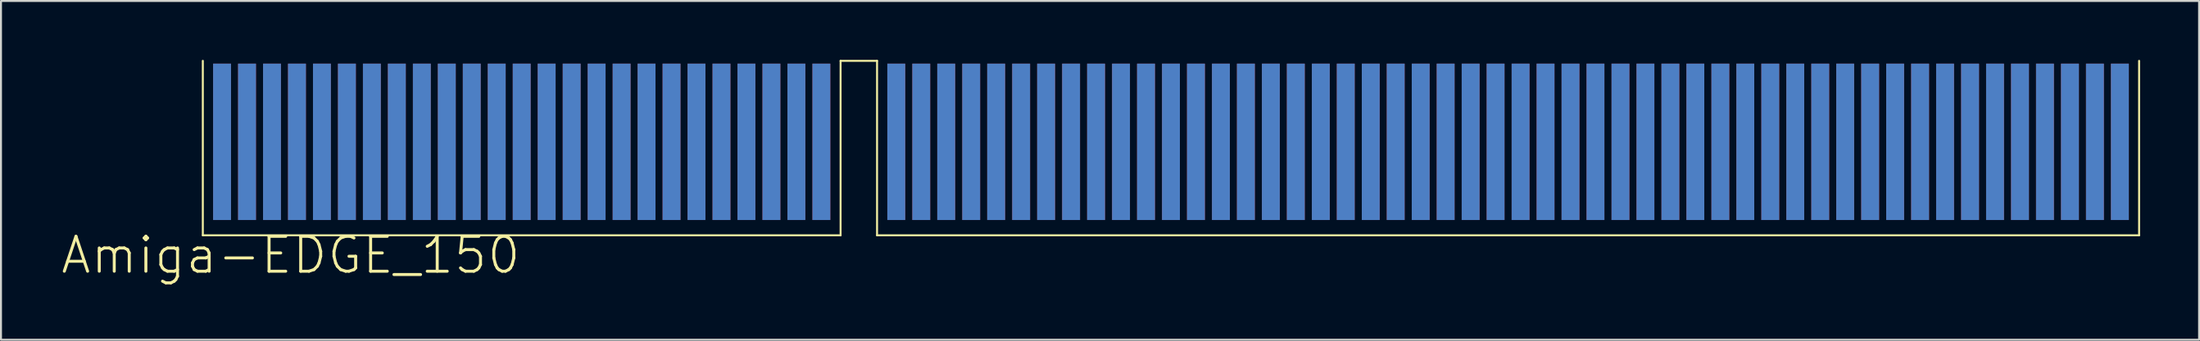
<source format=kicad_pcb>
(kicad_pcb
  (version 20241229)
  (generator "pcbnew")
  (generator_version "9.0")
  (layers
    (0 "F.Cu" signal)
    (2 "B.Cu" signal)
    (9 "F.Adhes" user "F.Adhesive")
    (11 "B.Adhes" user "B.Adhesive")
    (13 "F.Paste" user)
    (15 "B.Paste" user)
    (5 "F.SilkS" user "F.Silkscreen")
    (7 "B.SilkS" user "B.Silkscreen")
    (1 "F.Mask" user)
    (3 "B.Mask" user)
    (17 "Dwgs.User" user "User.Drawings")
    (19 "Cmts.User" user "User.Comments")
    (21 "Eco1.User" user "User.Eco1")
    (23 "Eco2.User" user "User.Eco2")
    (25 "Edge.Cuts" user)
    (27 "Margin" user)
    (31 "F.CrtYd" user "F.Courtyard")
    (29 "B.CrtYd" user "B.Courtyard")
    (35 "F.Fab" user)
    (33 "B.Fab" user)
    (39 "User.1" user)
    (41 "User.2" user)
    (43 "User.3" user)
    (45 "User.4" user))
  (footprint "Amiga-EDGE_150"
    (layer "F.Cu")
    (at 7.29 8.305)
    (property "Reference" "Amiga-EDGE_150" (at 4.445 1.651 0) (layer "F.SilkS") (effects (font (size 1.778 1.778) (thickness 0.152))))
    (attr smd)
    (fp_line (start -0.025 0.635) (end -0.025 -8.255) (stroke (width 0.1) (type solid)) (layer "F.SilkS"))
    (fp_line (start 32.41 -8.255) (end 32.41 0.635) (stroke (width 0.1) (type solid)) (layer "F.SilkS"))
    (fp_line (start 32.41 0.635) (end -0.025 0.635) (stroke (width 0.1) (type solid)) (layer "F.SilkS"))
    (fp_line (start 34.265 -8.255) (end 32.41 -8.255) (stroke (width 0.1) (type solid)) (layer "F.SilkS"))
    (fp_line (start 34.265 0.635) (end 34.265 -8.255) (stroke (width 0.1) (type solid)) (layer "F.SilkS"))
    (fp_line (start 98.45 -8.255) (end 98.45 0.635) (stroke (width 0.1) (type solid)) (layer "F.SilkS"))
    (fp_line (start 98.45 0.635) (end 34.265 0.635) (stroke (width 0.1) (type solid)) (layer "F.SilkS"))
    (pad "1" smd rect (at 0.953 -4.128) (size 0.909 7.968) (layers "B.Cu" "B.Mask"))
    (pad "2" smd rect (at 0.953 -4.128) (size 0.909 7.968) (layers "F.Cu" "F.Mask" "F.Paste"))
    (pad "3" smd rect (at 2.223 -4.128) (size 0.909 7.968) (layers "B.Cu" "B.Mask"))
    (pad "4" smd rect (at 2.223 -4.128) (size 0.909 7.968) (layers "F.Cu" "F.Mask" "F.Paste"))
    (pad "5" smd rect (at 3.493 -4.128) (size 0.909 7.968) (layers "B.Cu" "B.Mask"))
    (pad "6" smd rect (at 3.493 -4.128) (size 0.909 7.968) (layers "F.Cu" "F.Mask" "F.Paste"))
    (pad "7" smd rect (at 4.763 -4.128) (size 0.909 7.968) (layers "B.Cu" "B.Mask"))
    (pad "8" smd rect (at 4.763 -4.128) (size 0.909 7.968) (layers "F.Cu" "F.Mask" "F.Paste"))
    (pad "9" smd rect (at 6.032 -4.128) (size 0.909 7.968) (layers "B.Cu" "B.Mask"))
    (pad "10" smd rect (at 6.032 -4.128) (size 0.909 7.968) (layers "F.Cu" "F.Mask" "F.Paste"))
    (pad "11" smd rect (at 7.303 -4.128) (size 0.909 7.968) (layers "B.Cu" "B.Mask"))
    (pad "12" smd rect (at 7.303 -4.128) (size 0.909 7.968) (layers "F.Cu" "F.Mask" "F.Paste"))
    (pad "13" smd rect (at 8.572 -4.128) (size 0.909 7.968) (layers "B.Cu" "B.Mask"))
    (pad "14" smd rect (at 8.572 -4.128) (size 0.909 7.968) (layers "F.Cu" "F.Mask" "F.Paste"))
    (pad "15" smd rect (at 9.842 -4.128) (size 0.909 7.968) (layers "B.Cu" "B.Mask"))
    (pad "16" smd rect (at 9.842 -4.128) (size 0.909 7.968) (layers "F.Cu" "F.Mask" "F.Paste"))
    (pad "17" smd rect (at 11.113 -4.128) (size 0.909 7.968) (layers "B.Cu" "B.Mask"))
    (pad "18" smd rect (at 11.113 -4.128) (size 0.909 7.968) (layers "F.Cu" "F.Mask" "F.Paste"))
    (pad "19" smd rect (at 12.383 -4.128) (size 0.909 7.968) (layers "B.Cu" "B.Mask"))
    (pad "20" smd rect (at 12.383 -4.128) (size 0.909 7.968) (layers "F.Cu" "F.Mask" "F.Paste"))
    (pad "21" smd rect (at 13.652 -4.128) (size 0.909 7.968) (layers "B.Cu" "B.Mask"))
    (pad "22" smd rect (at 13.652 -4.128) (size 0.909 7.968) (layers "F.Cu" "F.Mask" "F.Paste"))
    (pad "23" smd rect (at 14.922 -4.128) (size 0.909 7.968) (layers "B.Cu" "B.Mask"))
    (pad "24" smd rect (at 14.922 -4.128) (size 0.909 7.968) (layers "F.Cu" "F.Mask" "F.Paste"))
    (pad "25" smd rect (at 16.192 -4.128) (size 0.909 7.968) (layers "B.Cu" "B.Mask"))
    (pad "26" smd rect (at 16.192 -4.128) (size 0.909 7.968) (layers "F.Cu" "F.Mask" "F.Paste"))
    (pad "27" smd rect (at 17.462 -4.128) (size 0.909 7.968) (layers "B.Cu" "B.Mask"))
    (pad "28" smd rect (at 17.462 -4.128) (size 0.909 7.968) (layers "F.Cu" "F.Mask" "F.Paste"))
    (pad "29" smd rect (at 18.733 -4.128) (size 0.909 7.968) (layers "B.Cu" "B.Mask"))
    (pad "30" smd rect (at 18.733 -4.128) (size 0.909 7.968) (layers "F.Cu" "F.Mask" "F.Paste"))
    (pad "31" smd rect (at 20.003 -4.128) (size 0.909 7.968) (layers "B.Cu" "B.Mask"))
    (pad "32" smd rect (at 20.003 -4.128) (size 0.909 7.968) (layers "F.Cu" "F.Mask" "F.Paste"))
    (pad "33" smd rect (at 21.273 -4.128) (size 0.909 7.968) (layers "B.Cu" "B.Mask"))
    (pad "34" smd rect (at 21.273 -4.128) (size 0.909 7.968) (layers "F.Cu" "F.Mask" "F.Paste"))
    (pad "35" smd rect (at 22.543 -4.128) (size 0.909 7.968) (layers "B.Cu" "B.Mask"))
    (pad "36" smd rect (at 22.543 -4.128) (size 0.909 7.968) (layers "F.Cu" "F.Mask" "F.Paste"))
    (pad "37" smd rect (at 23.812 -4.128) (size 0.909 7.968) (layers "B.Cu" "B.Mask"))
    (pad "38" smd rect (at 23.812 -4.128) (size 0.909 7.968) (layers "F.Cu" "F.Mask" "F.Paste"))
    (pad "39" smd rect (at 25.082 -4.128) (size 0.909 7.968) (layers "B.Cu" "B.Mask"))
    (pad "40" smd rect (at 25.082 -4.128) (size 0.909 7.968) (layers "F.Cu" "F.Mask" "F.Paste"))
    (pad "41" smd rect (at 26.352 -4.128) (size 0.909 7.968) (layers "B.Cu" "B.Mask"))
    (pad "42" smd rect (at 26.352 -4.128) (size 0.909 7.968) (layers "F.Cu" "F.Mask" "F.Paste"))
    (pad "43" smd rect (at 27.622 -4.128) (size 0.909 7.968) (layers "B.Cu" "B.Mask"))
    (pad "44" smd rect (at 27.622 -4.128) (size 0.909 7.968) (layers "F.Cu" "F.Mask" "F.Paste"))
    (pad "45" smd rect (at 28.892 -4.128) (size 0.909 7.968) (layers "B.Cu" "B.Mask"))
    (pad "46" smd rect (at 28.892 -4.128) (size 0.909 7.968) (layers "F.Cu" "F.Mask" "F.Paste"))
    (pad "47" smd rect (at 30.163 -4.128) (size 0.909 7.968) (layers "B.Cu" "B.Mask"))
    (pad "48" smd rect (at 30.163 -4.128) (size 0.909 7.968) (layers "F.Cu" "F.Mask" "F.Paste"))
    (pad "49" smd rect (at 31.433 -4.128) (size 0.909 7.968) (layers "B.Cu" "B.Mask"))
    (pad "50" smd rect (at 31.433 -4.128) (size 0.909 7.968) (layers "F.Cu" "F.Mask" "F.Paste"))
    (pad "51" smd rect (at 35.242 -4.128) (size 0.909 7.968) (layers "B.Cu" "B.Mask"))
    (pad "52" smd rect (at 35.242 -4.128) (size 0.909 7.968) (layers "F.Cu" "F.Mask" "F.Paste"))
    (pad "53" smd rect (at 36.513 -4.128) (size 0.909 7.968) (layers "B.Cu" "B.Mask"))
    (pad "54" smd rect (at 36.513 -4.128) (size 0.909 7.968) (layers "F.Cu" "F.Mask" "F.Paste"))
    (pad "55" smd rect (at 37.782 -4.128) (size 0.909 7.968) (layers "B.Cu" "B.Mask"))
    (pad "56" smd rect (at 37.782 -4.128) (size 0.909 7.968) (layers "F.Cu" "F.Mask" "F.Paste"))
    (pad "57" smd rect (at 39.053 -4.128) (size 0.909 7.968) (layers "B.Cu" "B.Mask"))
    (pad "58" smd rect (at 39.053 -4.128) (size 0.909 7.968) (layers "F.Cu" "F.Mask" "F.Paste"))
    (pad "59" smd rect (at 40.322 -4.128) (size 0.909 7.968) (layers "B.Cu" "B.Mask"))
    (pad "60" smd rect (at 40.322 -4.128) (size 0.909 7.968) (layers "F.Cu" "F.Mask" "F.Paste"))
    (pad "61" smd rect (at 41.593 -4.128) (size 0.909 7.968) (layers "B.Cu" "B.Mask"))
    (pad "62" smd rect (at 41.593 -4.128) (size 0.909 7.968) (layers "F.Cu" "F.Mask" "F.Paste"))
    (pad "63" smd rect (at 42.862 -4.128) (size 0.909 7.968) (layers "B.Cu" "B.Mask"))
    (pad "64" smd rect (at 42.862 -4.128) (size 0.909 7.968) (layers "F.Cu" "F.Mask" "F.Paste"))
    (pad "65" smd rect (at 44.133 -4.128) (size 0.909 7.968) (layers "B.Cu" "B.Mask"))
    (pad "66" smd rect (at 44.133 -4.128) (size 0.909 7.968) (layers "F.Cu" "F.Mask" "F.Paste"))
    (pad "67" smd rect (at 45.403 -4.128) (size 0.909 7.968) (layers "B.Cu" "B.Mask"))
    (pad "68" smd rect (at 45.403 -4.128) (size 0.909 7.968) (layers "F.Cu" "F.Mask" "F.Paste"))
    (pad "69" smd rect (at 46.672 -4.128) (size 0.909 7.968) (layers "B.Cu" "B.Mask"))
    (pad "70" smd rect (at 46.672 -4.128) (size 0.909 7.968) (layers "F.Cu" "F.Mask" "F.Paste"))
    (pad "71" smd rect (at 47.943 -4.128) (size 0.909 7.968) (layers "B.Cu" "B.Mask"))
    (pad "72" smd rect (at 47.943 -4.128) (size 0.909 7.968) (layers "F.Cu" "F.Mask" "F.Paste"))
    (pad "73" smd rect (at 49.212 -4.128) (size 0.909 7.968) (layers "B.Cu" "B.Mask"))
    (pad "74" smd rect (at 49.212 -4.128) (size 0.909 7.968) (layers "F.Cu" "F.Mask" "F.Paste"))
    (pad "75" smd rect (at 50.483 -4.128) (size 0.909 7.968) (layers "B.Cu" "B.Mask"))
    (pad "76" smd rect (at 50.483 -4.128) (size 0.909 7.968) (layers "F.Cu" "F.Mask" "F.Paste"))
    (pad "77" smd rect (at 51.752 -4.128) (size 0.909 7.968) (layers "B.Cu" "B.Mask"))
    (pad "78" smd rect (at 51.752 -4.128) (size 0.909 7.968) (layers "F.Cu" "F.Mask" "F.Paste"))
    (pad "79" smd rect (at 53.023 -4.128) (size 0.909 7.968) (layers "B.Cu" "B.Mask"))
    (pad "80" smd rect (at 53.023 -4.128) (size 0.909 7.968) (layers "F.Cu" "F.Mask" "F.Paste"))
    (pad "81" smd rect (at 54.292 -4.128) (size 0.909 7.968) (layers "B.Cu" "B.Mask"))
    (pad "82" smd rect (at 54.292 -4.128) (size 0.909 7.968) (layers "F.Cu" "F.Mask" "F.Paste"))
    (pad "83" smd rect (at 55.562 -4.128) (size 0.909 7.968) (layers "B.Cu" "B.Mask"))
    (pad "84" smd rect (at 55.562 -4.128) (size 0.909 7.968) (layers "F.Cu" "F.Mask" "F.Paste"))
    (pad "85" smd rect (at 56.833 -4.128) (size 0.909 7.968) (layers "B.Cu" "B.Mask"))
    (pad "86" smd rect (at 56.833 -4.128) (size 0.909 7.968) (layers "F.Cu" "F.Mask" "F.Paste"))
    (pad "87" smd rect (at 58.102 -4.128) (size 0.909 7.968) (layers "B.Cu" "B.Mask"))
    (pad "88" smd rect (at 58.102 -4.128) (size 0.909 7.968) (layers "F.Cu" "F.Mask" "F.Paste"))
    (pad "89" smd rect (at 59.373 -4.128) (size 0.909 7.968) (layers "B.Cu" "B.Mask"))
    (pad "90" smd rect (at 59.373 -4.128) (size 0.909 7.968) (layers "F.Cu" "F.Mask" "F.Paste"))
    (pad "91" smd rect (at 60.642 -4.128) (size 0.909 7.968) (layers "B.Cu" "B.Mask"))
    (pad "92" smd rect (at 60.642 -4.128) (size 0.909 7.968) (layers "F.Cu" "F.Mask" "F.Paste"))
    (pad "93" smd rect (at 61.913 -4.128) (size 0.909 7.968) (layers "B.Cu" "B.Mask"))
    (pad "94" smd rect (at 61.913 -4.128) (size 0.909 7.968) (layers "F.Cu" "F.Mask" "F.Paste"))
    (pad "95" smd rect (at 63.182 -4.128) (size 0.909 7.968) (layers "B.Cu" "B.Mask"))
    (pad "96" smd rect (at 63.182 -4.128) (size 0.909 7.968) (layers "F.Cu" "F.Mask" "F.Paste"))
    (pad "97" smd rect (at 64.453 -4.128) (size 0.909 7.968) (layers "B.Cu" "B.Mask"))
    (pad "98" smd rect (at 64.453 -4.128) (size 0.909 7.968) (layers "F.Cu" "F.Mask" "F.Paste"))
    (pad "99" smd rect (at 65.722 -4.128) (size 0.909 7.968) (layers "B.Cu" "B.Mask"))
    (pad "100" smd rect (at 65.722 -4.128) (size 0.909 7.968) (layers "F.Cu" "F.Mask" "F.Paste"))
    (pad "101" smd rect (at 66.993 -4.128) (size 0.909 7.968) (layers "B.Cu" "B.Mask"))
    (pad "102" smd rect (at 66.993 -4.128) (size 0.909 7.968) (layers "F.Cu" "F.Mask" "F.Paste"))
    (pad "103" smd rect (at 68.263 -4.128) (size 0.909 7.968) (layers "B.Cu" "B.Mask"))
    (pad "104" smd rect (at 68.263 -4.128) (size 0.909 7.968) (layers "F.Cu" "F.Mask" "F.Paste"))
    (pad "105" smd rect (at 69.532 -4.128) (size 0.909 7.968) (layers "B.Cu" "B.Mask"))
    (pad "106" smd rect (at 69.532 -4.128) (size 0.909 7.968) (layers "F.Cu" "F.Mask" "F.Paste"))
    (pad "107" smd rect (at 70.802 -4.128) (size 0.909 7.968) (layers "B.Cu" "B.Mask"))
    (pad "108" smd rect (at 70.802 -4.128) (size 0.909 7.968) (layers "F.Cu" "F.Mask" "F.Paste"))
    (pad "109" smd rect (at 72.073 -4.128) (size 0.909 7.968) (layers "B.Cu" "B.Mask"))
    (pad "110" smd rect (at 72.073 -4.128) (size 0.909 7.968) (layers "F.Cu" "F.Mask" "F.Paste"))
    (pad "111" smd rect (at 73.343 -4.128) (size 0.909 7.968) (layers "B.Cu" "B.Mask"))
    (pad "112" smd rect (at 73.343 -4.128) (size 0.909 7.968) (layers "F.Cu" "F.Mask" "F.Paste"))
    (pad "113" smd rect (at 74.612 -4.128) (size 0.909 7.968) (layers "B.Cu" "B.Mask"))
    (pad "114" smd rect (at 74.612 -4.128) (size 0.909 7.968) (layers "F.Cu" "F.Mask" "F.Paste"))
    (pad "115" smd rect (at 75.882 -4.128) (size 0.909 7.968) (layers "B.Cu" "B.Mask"))
    (pad "116" smd rect (at 75.882 -4.128) (size 0.909 7.968) (layers "F.Cu" "F.Mask" "F.Paste"))
    (pad "117" smd rect (at 77.153 -4.128) (size 0.909 7.968) (layers "B.Cu" "B.Mask"))
    (pad "118" smd rect (at 77.153 -4.128) (size 0.909 7.968) (layers "F.Cu" "F.Mask" "F.Paste"))
    (pad "119" smd rect (at 78.422 -4.128) (size 0.909 7.968) (layers "B.Cu" "B.Mask"))
    (pad "120" smd rect (at 78.422 -4.128) (size 0.909 7.968) (layers "F.Cu" "F.Mask" "F.Paste"))
    (pad "121" smd rect (at 79.692 -4.128) (size 0.909 7.968) (layers "B.Cu" "B.Mask"))
    (pad "122" smd rect (at 79.692 -4.128) (size 0.909 7.968) (layers "F.Cu" "F.Mask" "F.Paste"))
    (pad "123" smd rect (at 80.963 -4.128) (size 0.909 7.968) (layers "B.Cu" "B.Mask"))
    (pad "124" smd rect (at 80.963 -4.128) (size 0.909 7.968) (layers "F.Cu" "F.Mask" "F.Paste"))
    (pad "125" smd rect (at 82.233 -4.128) (size 0.909 7.968) (layers "B.Cu" "B.Mask"))
    (pad "126" smd rect (at 82.233 -4.128) (size 0.909 7.968) (layers "F.Cu" "F.Mask" "F.Paste"))
    (pad "127" smd rect (at 83.502 -4.128) (size 0.909 7.968) (layers "B.Cu" "B.Mask"))
    (pad "128" smd rect (at 83.502 -4.128) (size 0.909 7.968) (layers "F.Cu" "F.Mask" "F.Paste"))
    (pad "129" smd rect (at 84.772 -4.128) (size 0.909 7.968) (layers "B.Cu" "B.Mask"))
    (pad "130" smd rect (at 84.772 -4.128) (size 0.909 7.968) (layers "F.Cu" "F.Mask" "F.Paste"))
    (pad "131" smd rect (at 86.043 -4.128) (size 0.909 7.968) (layers "B.Cu" "B.Mask"))
    (pad "132" smd rect (at 86.043 -4.128) (size 0.909 7.968) (layers "F.Cu" "F.Mask" "F.Paste"))
    (pad "133" smd rect (at 87.312 -4.128) (size 0.909 7.968) (layers "B.Cu" "B.Mask"))
    (pad "134" smd rect (at 87.312 -4.128) (size 0.909 7.968) (layers "F.Cu" "F.Mask" "F.Paste"))
    (pad "135" smd rect (at 88.582 -4.128) (size 0.909 7.968) (layers "B.Cu" "B.Mask"))
    (pad "136" smd rect (at 88.582 -4.128) (size 0.909 7.968) (layers "F.Cu" "F.Mask" "F.Paste"))
    (pad "137" smd rect (at 89.853 -4.128) (size 0.909 7.968) (layers "B.Cu" "B.Mask"))
    (pad "138" smd rect (at 89.853 -4.128) (size 0.909 7.968) (layers "F.Cu" "F.Mask" "F.Paste"))
    (pad "139" smd rect (at 91.123 -4.128) (size 0.909 7.968) (layers "B.Cu" "B.Mask"))
    (pad "140" smd rect (at 91.123 -4.128) (size 0.909 7.968) (layers "F.Cu" "F.Mask" "F.Paste"))
    (pad "141" smd rect (at 92.392 -4.128) (size 0.909 7.968) (layers "B.Cu" "B.Mask"))
    (pad "142" smd rect (at 92.392 -4.128) (size 0.909 7.968) (layers "F.Cu" "F.Mask" "F.Paste"))
    (pad "143" smd rect (at 93.662 -4.128) (size 0.909 7.968) (layers "B.Cu" "B.Mask"))
    (pad "144" smd rect (at 93.662 -4.128) (size 0.909 7.968) (layers "F.Cu" "F.Mask" "F.Paste"))
    (pad "145" smd rect (at 94.933 -4.128) (size 0.909 7.968) (layers "B.Cu" "B.Mask"))
    (pad "146" smd rect (at 94.933 -4.128) (size 0.909 7.968) (layers "F.Cu" "F.Mask" "F.Paste"))
    (pad "147" smd rect (at 96.203 -4.128) (size 0.909 7.968) (layers "B.Cu" "B.Mask"))
    (pad "148" smd rect (at 96.203 -4.128) (size 0.909 7.968) (layers "F.Cu" "F.Mask" "F.Paste"))
    (pad "149" smd rect (at 97.472 -4.128) (size 0.909 7.968) (layers "B.Cu" "B.Mask"))
    (pad "150" smd rect (at 97.472 -4.128) (size 0.909 7.968) (layers "F.Cu" "F.Mask" "F.Paste")))
  (gr_rect
    (start -3 -3)
    (end 108.79 14.264)
    (stroke (width 0.1) (type default))
    (fill no)
    (layer "Edge.Cuts")))
</source>
